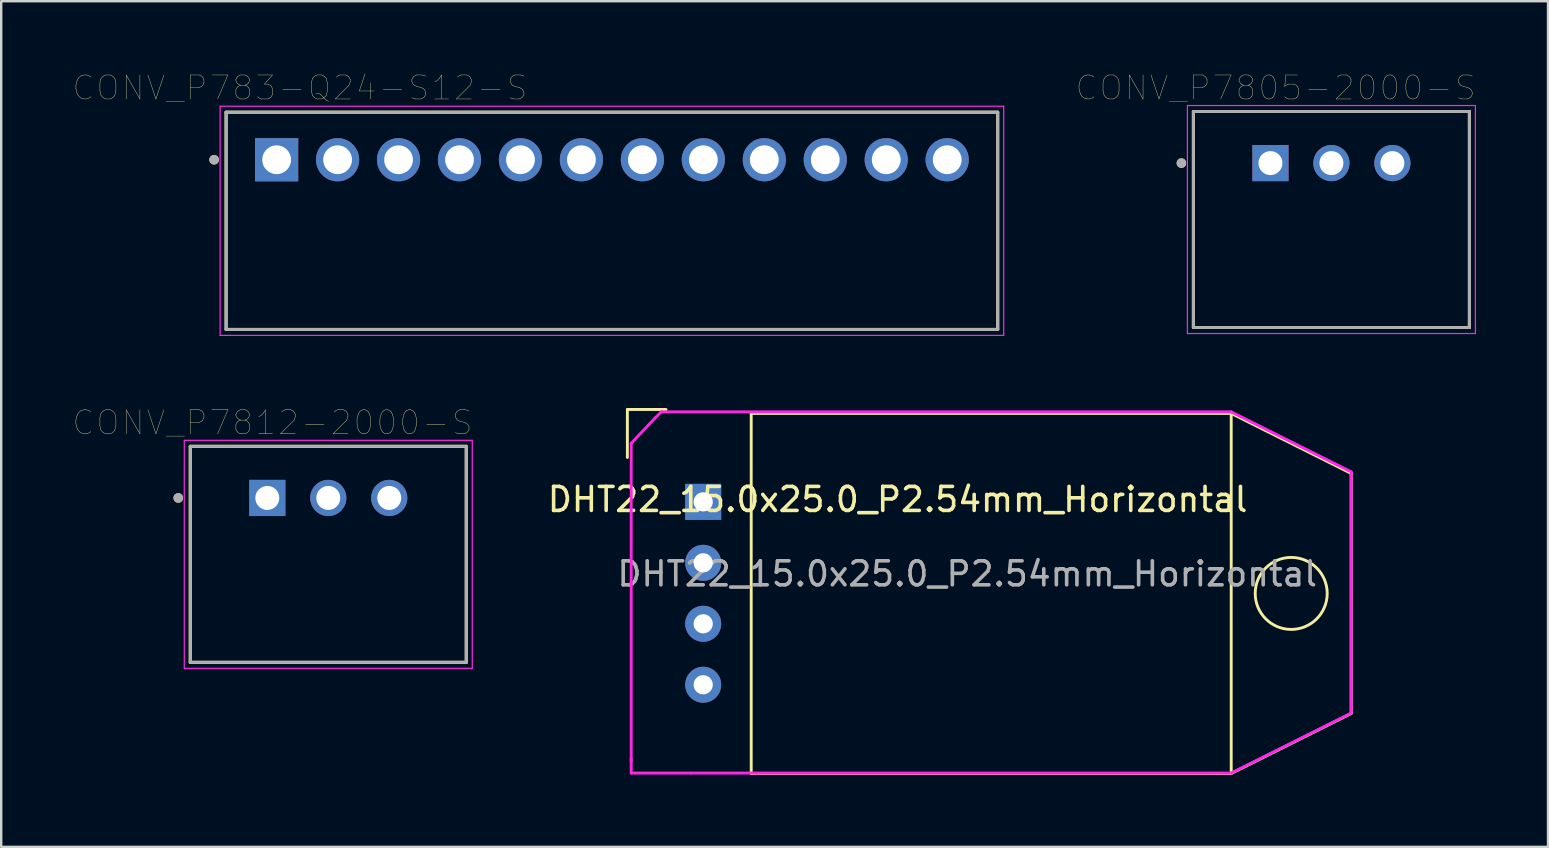
<source format=kicad_pcb>
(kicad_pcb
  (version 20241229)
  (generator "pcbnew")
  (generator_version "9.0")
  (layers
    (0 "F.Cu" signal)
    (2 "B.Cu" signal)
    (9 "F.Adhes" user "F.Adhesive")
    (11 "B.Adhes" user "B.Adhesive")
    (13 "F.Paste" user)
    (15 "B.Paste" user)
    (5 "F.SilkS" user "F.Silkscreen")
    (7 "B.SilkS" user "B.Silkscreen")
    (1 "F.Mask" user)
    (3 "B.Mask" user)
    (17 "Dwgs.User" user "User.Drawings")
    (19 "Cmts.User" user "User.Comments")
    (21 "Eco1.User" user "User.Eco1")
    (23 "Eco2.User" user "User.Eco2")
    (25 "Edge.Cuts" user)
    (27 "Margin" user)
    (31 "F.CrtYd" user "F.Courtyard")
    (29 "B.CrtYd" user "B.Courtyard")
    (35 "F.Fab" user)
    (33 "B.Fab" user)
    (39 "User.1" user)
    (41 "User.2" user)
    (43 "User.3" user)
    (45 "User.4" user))
  (footprint "CONV_P7812-2000-S"
    (layer "F.Cu")
    (at 10.628 17.698)
    (property "Reference" "CONV_P7812-2000-S" (at -2.325 -3.135 0) (layer "F.SilkS") (effects (font (size 1 1) (thickness 0.015))))
    (attr through_hole)
    (fp_line (start -5.75 -2.15) (end -5.75 6.85) (stroke (width 0.127) (type solid)) (layer "F.SilkS"))
    (fp_line (start -5.75 6.85) (end 5.75 6.85) (stroke (width 0.127) (type solid)) (layer "F.SilkS"))
    (fp_line (start 5.75 -2.15) (end -5.75 -2.15) (stroke (width 0.127) (type solid)) (layer "F.SilkS"))
    (fp_line (start 5.75 6.85) (end 5.75 -2.15) (stroke (width 0.127) (type solid)) (layer "F.SilkS"))
    (fp_circle (center -6.25 0) (end -6.15 0) (stroke (width 0.2) (type solid)) (fill no) (layer "F.SilkS"))
    (fp_line (start -6 -2.4) (end -6 7.1) (stroke (width 0.05) (type solid)) (layer "F.CrtYd"))
    (fp_line (start -6 7.1) (end 6 7.1) (stroke (width 0.05) (type solid)) (layer "F.CrtYd"))
    (fp_line (start 6 -2.4) (end -6 -2.4) (stroke (width 0.05) (type solid)) (layer "F.CrtYd"))
    (fp_line (start 6 7.1) (end 6 -2.4) (stroke (width 0.05) (type solid)) (layer "F.CrtYd"))
    (fp_line (start -5.75 -2.15) (end -5.75 6.85) (stroke (width 0.127) (type solid)) (layer "F.Fab"))
    (fp_line (start -5.75 6.85) (end 5.75 6.85) (stroke (width 0.127) (type solid)) (layer "F.Fab"))
    (fp_line (start 5.75 -2.15) (end -5.75 -2.15) (stroke (width 0.127) (type solid)) (layer "F.Fab"))
    (fp_line (start 5.75 6.85) (end 5.75 -2.15) (stroke (width 0.127) (type solid)) (layer "F.Fab"))
    (fp_circle (center -6.25 0) (end -6.15 0) (stroke (width 0.2) (type solid)) (fill no) (layer "F.Fab"))
    (pad "1" thru_hole rect (at -2.54 0) (size 1.508 1.508) (drill 1) (layers "*.Cu" "*.Mask"))
    (pad "2" thru_hole circle (at 0 0) (size 1.508 1.508) (drill 1) (layers "*.Cu" "*.Mask"))
    (pad "3" thru_hole circle (at 2.54 0) (size 1.508 1.508) (drill 1) (layers "*.Cu" "*.Mask")))
  (footprint "DHT22_15.0x25.0_P2.54mm_Horizontal"
    (layer "F.Cu")
    (at 26.25 17.861)
    (property "Reference" "DHT22_15.0x25.0_P2.54mm_Horizontal" (at 8.1 -0.1 0) (layer "F.SilkS") (effects (font (size 1 1) (thickness 0.15))))
    (attr through_hole)
    (fp_line (start -3.16 -3.85) (end -3.16 -1.85) (stroke (width 0.12) (type solid)) (layer "F.SilkS"))
    (fp_line (start -3.16 -3.85) (end -1.55 -3.85) (stroke (width 0.12) (type solid)) (layer "F.SilkS"))
    (fp_line (start 2 -3.685) (end 2 11.315) (stroke (width 0.12) (type solid)) (layer "F.SilkS"))
    (fp_line (start 2 11.315) (end 22 11.315) (stroke (width 0.12) (type solid)) (layer "F.SilkS"))
    (fp_line (start 22 -3.685) (end 2 -3.685) (stroke (width 0.12) (type solid)) (layer "F.SilkS"))
    (fp_line (start 22 11.315) (end 22 -3.685) (stroke (width 0.12) (type solid)) (layer "F.SilkS"))
    (fp_line (start 27 -1.185) (end 22 -3.685) (stroke (width 0.12) (type solid)) (layer "F.SilkS"))
    (fp_line (start 27 8.815) (end 22 11.315) (stroke (width 0.12) (type solid)) (layer "F.SilkS"))
    (fp_line (start 27 8.815) (end 27 -1.185) (stroke (width 0.12) (type solid)) (layer "F.SilkS"))
    (fp_circle (center 24.5 3.815) (end 26 3.815) (stroke (width 0.12) (type solid)) (fill no) (layer "F.SilkS"))
    (fp_line (start -3 -2.44) (end -2 -3.5) (stroke (width 0.12) (type solid)) (layer "F.CrtYd"))
    (fp_line (start -3 10.8) (end -3 10.7) (stroke (width 0.12) (type solid)) (layer "F.CrtYd"))
    (fp_line (start -3 11.3) (end -3 -2.44) (stroke (width 0.12) (type solid)) (layer "F.CrtYd"))
    (fp_line (start -2 -3.5) (end -1.75 -3.75) (stroke (width 0.12) (type solid)) (layer "F.CrtYd"))
    (fp_line (start -1.75 -3.75) (end 22 -3.75) (stroke (width 0.12) (type solid)) (layer "F.CrtYd"))
    (fp_line (start -0.5 11.3) (end -3 11.3) (stroke (width 0.12) (type solid)) (layer "F.CrtYd"))
    (fp_line (start 22 -3.75) (end 27 -1.25) (stroke (width 0.12) (type solid)) (layer "F.CrtYd"))
    (fp_line (start 22 11.3) (end -0.5 11.3) (stroke (width 0.12) (type solid)) (layer "F.CrtYd"))
    (fp_line (start 27 -1.25) (end 27 8.75) (stroke (width 0.12) (type solid)) (layer "F.CrtYd"))
    (fp_line (start 27 8.75) (end 27 8.8) (stroke (width 0.12) (type solid)) (layer "F.CrtYd"))
    (fp_line (start 27 8.8) (end 22 11.3) (stroke (width 0.12) (type solid)) (layer "F.CrtYd"))
    (fp_text user "${REFERENCE}" (at 11 3 0) (layer "F.Fab") (effects (font (size 1 1) (thickness 0.15))))
    (pad "1" thru_hole rect (at 0 0) (size 1.5 1.5) (drill 0.8) (layers "*.Cu" "*.Mask"))
    (pad "2" thru_hole circle (at 0 2.54) (size 1.5 1.5) (drill 0.8) (layers "*.Cu" "*.Mask"))
    (pad "3" thru_hole circle (at 0 5.08) (size 1.5 1.5) (drill 0.8) (layers "*.Cu" "*.Mask"))
    (pad "4" thru_hole circle (at 0 7.62) (size 1.5 1.5) (drill 0.8) (layers "*.Cu" "*.Mask")))
  (footprint "CONV_P783-Q24-S12-S"
    (layer "F.Cu")
    (at 22.446 6.151)
    (property "Reference" "CONV_P783-Q24-S12-S" (at -13 -5.54 0) (layer "F.SilkS") (effects (font (size 1 1) (thickness 0.015))))
    (attr through_hole)
    (fp_line (start -16.075 -4.525) (end -16.075 4.525) (stroke (width 0.127) (type solid)) (layer "F.SilkS"))
    (fp_line (start -16.075 4.525) (end 16.075 4.525) (stroke (width 0.127) (type solid)) (layer "F.SilkS"))
    (fp_line (start 16.075 -4.525) (end -16.075 -4.525) (stroke (width 0.127) (type solid)) (layer "F.SilkS"))
    (fp_line (start 16.075 4.525) (end 16.075 -4.525) (stroke (width 0.127) (type solid)) (layer "F.SilkS"))
    (fp_circle (center -16.575 -2.545) (end -16.475 -2.545) (stroke (width 0.2) (type solid)) (fill no) (layer "F.SilkS"))
    (fp_line (start -16.325 -4.775) (end -16.325 4.775) (stroke (width 0.05) (type solid)) (layer "F.CrtYd"))
    (fp_line (start -16.325 4.775) (end 16.325 4.775) (stroke (width 0.05) (type solid)) (layer "F.CrtYd"))
    (fp_line (start 16.325 -4.775) (end -16.325 -4.775) (stroke (width 0.05) (type solid)) (layer "F.CrtYd"))
    (fp_line (start 16.325 4.775) (end 16.325 -4.775) (stroke (width 0.05) (type solid)) (layer "F.CrtYd"))
    (fp_line (start -16.075 -4.525) (end -16.075 4.525) (stroke (width 0.127) (type solid)) (layer "F.Fab"))
    (fp_line (start -16.075 4.525) (end 16.075 4.525) (stroke (width 0.127) (type solid)) (layer "F.Fab"))
    (fp_line (start 16.075 -4.525) (end -16.075 -4.525) (stroke (width 0.127) (type solid)) (layer "F.Fab"))
    (fp_line (start 16.075 4.525) (end 16.075 -4.525) (stroke (width 0.127) (type solid)) (layer "F.Fab"))
    (fp_circle (center -16.575 -2.545) (end -16.475 -2.545) (stroke (width 0.2) (type solid)) (fill no) (layer "F.Fab"))
    (pad "1" thru_hole rect (at -13.97 -2.545) (size 1.8 1.8) (drill 1.2) (layers "*.Cu" "*.Mask"))
    (pad "2" thru_hole circle (at -11.43 -2.545) (size 1.8 1.8) (drill 1.2) (layers "*.Cu" "*.Mask"))
    (pad "3" thru_hole circle (at -8.89 -2.545) (size 1.8 1.8) (drill 1.2) (layers "*.Cu" "*.Mask"))
    (pad "4" thru_hole circle (at -6.35 -2.545) (size 1.8 1.8) (drill 1.2) (layers "*.Cu" "*.Mask"))
    (pad "5" thru_hole circle (at -3.81 -2.545) (size 1.8 1.8) (drill 1.2) (layers "*.Cu" "*.Mask"))
    (pad "6" thru_hole circle (at -1.27 -2.545) (size 1.8 1.8) (drill 1.2) (layers "*.Cu" "*.Mask"))
    (pad "7" thru_hole circle (at 1.27 -2.545) (size 1.8 1.8) (drill 1.2) (layers "*.Cu" "*.Mask"))
    (pad "8" thru_hole circle (at 3.81 -2.545) (size 1.8 1.8) (drill 1.2) (layers "*.Cu" "*.Mask"))
    (pad "9" thru_hole circle (at 6.35 -2.545) (size 1.8 1.8) (drill 1.2) (layers "*.Cu" "*.Mask"))
    (pad "10" thru_hole circle (at 8.89 -2.545) (size 1.8 1.8) (drill 1.2) (layers "*.Cu" "*.Mask"))
    (pad "11" thru_hole circle (at 11.43 -2.545) (size 1.8 1.8) (drill 1.2) (layers "*.Cu" "*.Mask"))
    (pad "12" thru_hole circle (at 13.97 -2.545) (size 1.8 1.8) (drill 1.2) (layers "*.Cu" "*.Mask")))
  (footprint "CONV_P7805-2000-S"
    (layer "F.Cu")
    (at 52.425 3.746)
    (property "Reference" "CONV_P7805-2000-S" (at -2.325 -3.135 0) (layer "F.SilkS") (effects (font (size 1 1) (thickness 0.015))))
    (attr through_hole)
    (fp_line (start -5.75 -2.15) (end -5.75 6.85) (stroke (width 0.127) (type solid)) (layer "F.SilkS"))
    (fp_line (start -5.75 6.85) (end 5.75 6.85) (stroke (width 0.127) (type solid)) (layer "F.SilkS"))
    (fp_line (start 5.75 -2.15) (end -5.75 -2.15) (stroke (width 0.127) (type solid)) (layer "F.SilkS"))
    (fp_line (start 5.75 6.85) (end 5.75 -2.15) (stroke (width 0.127) (type solid)) (layer "F.SilkS"))
    (fp_circle (center -6.25 0) (end -6.15 0) (stroke (width 0.2) (type solid)) (fill no) (layer "F.SilkS"))
    (fp_line (start -6 -2.4) (end -6 7.1) (stroke (width 0.05) (type solid)) (layer "F.CrtYd"))
    (fp_line (start -6 7.1) (end 6 7.1) (stroke (width 0.05) (type solid)) (layer "F.CrtYd"))
    (fp_line (start 6 -2.4) (end -6 -2.4) (stroke (width 0.05) (type solid)) (layer "F.CrtYd"))
    (fp_line (start 6 7.1) (end 6 -2.4) (stroke (width 0.05) (type solid)) (layer "F.CrtYd"))
    (fp_line (start -5.75 -2.15) (end -5.75 6.85) (stroke (width 0.127) (type solid)) (layer "F.Fab"))
    (fp_line (start -5.75 6.85) (end 5.75 6.85) (stroke (width 0.127) (type solid)) (layer "F.Fab"))
    (fp_line (start 5.75 -2.15) (end -5.75 -2.15) (stroke (width 0.127) (type solid)) (layer "F.Fab"))
    (fp_line (start 5.75 6.85) (end 5.75 -2.15) (stroke (width 0.127) (type solid)) (layer "F.Fab"))
    (fp_circle (center -6.25 0) (end -6.15 0) (stroke (width 0.2) (type solid)) (fill no) (layer "F.Fab"))
    (pad "1" thru_hole rect (at -2.54 0) (size 1.508 1.508) (drill 1) (layers "*.Cu" "*.Mask"))
    (pad "2" thru_hole circle (at 0 0) (size 1.508 1.508) (drill 1) (layers "*.Cu" "*.Mask"))
    (pad "3" thru_hole circle (at 2.54 0) (size 1.508 1.508) (drill 1) (layers "*.Cu" "*.Mask")))
  (gr_rect
    (start -3 -3)
    (end 61.45 32.236)
    (stroke (width 0.1) (type default))
    (fill no)
    (layer "Edge.Cuts")))
</source>
